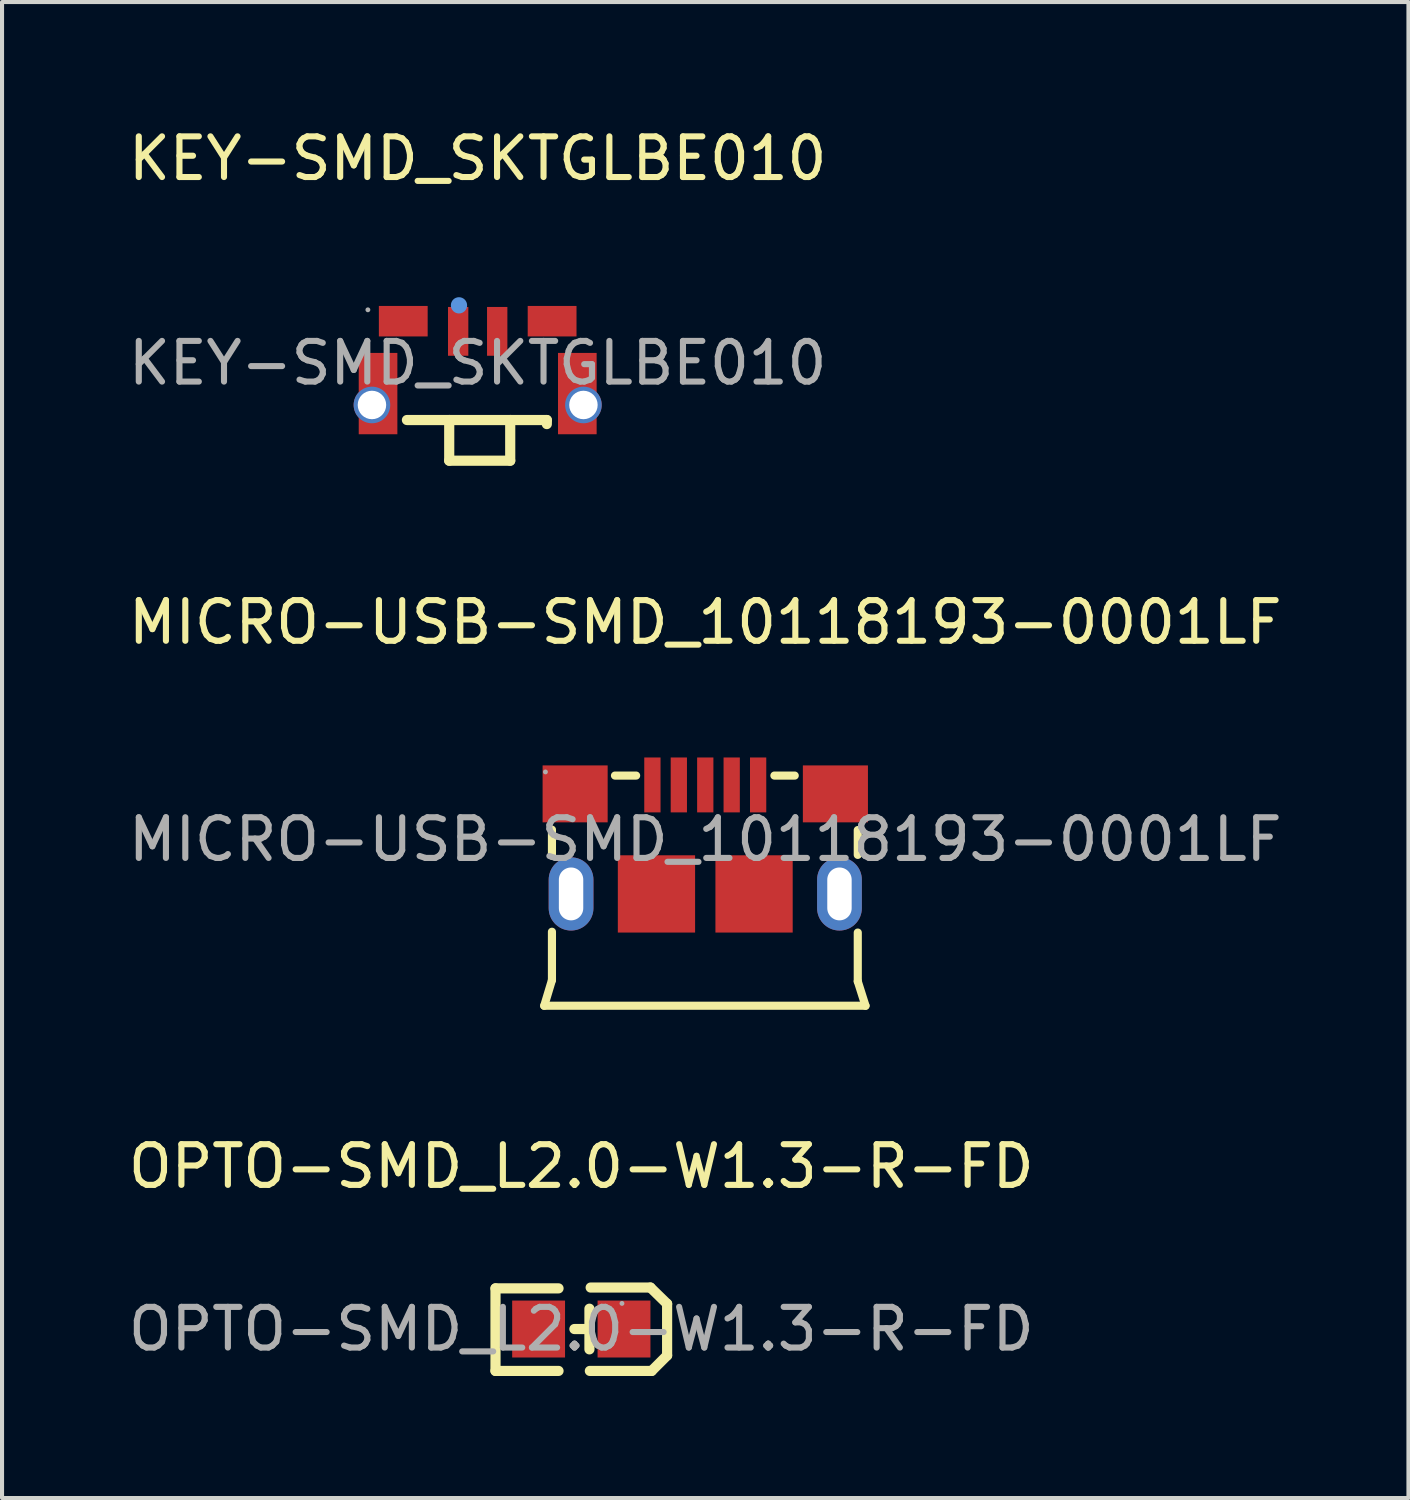
<source format=kicad_pcb>
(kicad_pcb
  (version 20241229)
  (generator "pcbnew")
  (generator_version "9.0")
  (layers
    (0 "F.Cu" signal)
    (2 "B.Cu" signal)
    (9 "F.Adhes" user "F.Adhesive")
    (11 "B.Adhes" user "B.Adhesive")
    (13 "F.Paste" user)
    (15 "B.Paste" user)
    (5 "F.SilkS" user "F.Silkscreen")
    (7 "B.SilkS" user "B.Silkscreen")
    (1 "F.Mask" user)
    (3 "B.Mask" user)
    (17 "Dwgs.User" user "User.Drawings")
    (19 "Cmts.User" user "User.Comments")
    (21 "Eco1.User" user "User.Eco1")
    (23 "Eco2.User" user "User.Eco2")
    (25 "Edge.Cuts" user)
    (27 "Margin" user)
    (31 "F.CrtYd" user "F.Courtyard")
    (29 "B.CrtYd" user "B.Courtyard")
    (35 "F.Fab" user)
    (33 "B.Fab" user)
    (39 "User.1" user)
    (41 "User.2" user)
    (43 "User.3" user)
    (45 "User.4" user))
  (footprint "MICRO-USB-SMD_10118193-0001LF"
    (layer "F.Cu")
    (at 14.292 17.591)
    (property "Reference" "MICRO-USB-SMD_10118193-0001LF" (at 0 -5.34 0) (layer "F.SilkS") (effects (font (size 1 1) (thickness 0.15))))
    (attr smd)
    (fp_line (start -3.96 4.09) (end 3.94 4.09) (stroke (width 0.2) (type solid)) (layer "F.SilkS"))
    (fp_line (start -3.77 -0.24) (end -3.77 0.4) (stroke (width 0.2) (type solid)) (layer "F.SilkS"))
    (fp_line (start -3.77 2.27) (end -3.77 3.46) (stroke (width 0.2) (type solid)) (layer "F.SilkS"))
    (fp_line (start -3.77 3.46) (end -3.96 4.09) (stroke (width 0.2) (type solid)) (layer "F.SilkS"))
    (fp_line (start -2.22 -1.57) (end -1.7 -1.57) (stroke (width 0.2) (type solid)) (layer "F.SilkS"))
    (fp_line (start 1.7 -1.57) (end 2.2 -1.57) (stroke (width 0.2) (type solid)) (layer "F.SilkS"))
    (fp_line (start 3.75 0.38) (end 3.75 -0.23) (stroke (width 0.2) (type solid)) (layer "F.SilkS"))
    (fp_line (start 3.75 3.49) (end 3.75 2.29) (stroke (width 0.2) (type solid)) (layer "F.SilkS"))
    (fp_line (start 3.94 4.09) (end 3.75 3.49) (stroke (width 0.2) (type solid)) (layer "F.SilkS"))
    (fp_circle (center -3.93 -1.66) (end -3.9 -1.66) (stroke (width 0.06) (type solid)) (fill no) (layer "F.Fab"))
    (fp_text user "${REFERENCE}" (at 0 0 0) (layer "F.Fab") (effects (font (size 1 1) (thickness 0.15))))
    (pad "1" smd rect (at -1.3 -1.34) (size 0.4 1.35) (layers "F.Cu" "F.Mask" "F.Paste"))
    (pad "2" smd rect (at -0.65 -1.34) (size 0.4 1.35) (layers "F.Cu" "F.Mask" "F.Paste"))
    (pad "3" smd rect (at 0 -1.34) (size 0.4 1.35) (layers "F.Cu" "F.Mask" "F.Paste"))
    (pad "4" smd rect (at 0.65 -1.34) (size 0.4 1.35) (layers "F.Cu" "F.Mask" "F.Paste"))
    (pad "5" smd rect (at 1.3 -1.34) (size 0.4 1.35) (layers "F.Cu" "F.Mask" "F.Paste"))
    (pad "6" thru_hole oval (at -3.3 1.34) (size 1.1 1.8) (drill oval 0.6 1.3) (layers "*.Cu" "*.Paste" "*.Mask"))
    (pad "6" thru_hole oval (at 3.3 1.34) (size 1.1 1.8) (drill oval 0.6 1.3) (layers "*.Cu" "*.Paste" "*.Mask"))
    (pad "7" smd rect (at -3.2 -1.12 180) (size 1.6 1.4) (layers "F.Cu" "F.Mask" "F.Paste"))
    (pad "7" smd rect (at -1.2 1.34 180) (size 1.9 1.9) (layers "F.Cu" "F.Mask" "F.Paste"))
    (pad "8" smd rect (at 1.2 1.34 180) (size 1.9 1.9) (layers "F.Cu" "F.Mask" "F.Paste"))
    (pad "8" smd rect (at 3.2 -1.12 180) (size 1.6 1.4) (layers "F.Cu" "F.Mask" "F.Paste")))
  (footprint "OPTO-SMD_L2.0-W1.3-R-FD"
    (layer "F.Cu")
    (at 11.244 29.63)
    (property "Reference" "OPTO-SMD_L2.0-W1.3-R-FD" (at 0 -4 0) (layer "F.SilkS") (effects (font (size 1 1) (thickness 0.15))))
    (attr smd)
    (fp_line (start -2.11 -1) (end -2.11 1.03) (stroke (width 0.25) (type solid)) (layer "F.SilkS"))
    (fp_line (start -2.11 1.03) (end -0.56 1.03) (stroke (width 0.25) (type solid)) (layer "F.SilkS"))
    (fp_line (start -0.56 -1) (end -2.11 -1) (stroke (width 0.25) (type solid)) (layer "F.SilkS"))
    (fp_line (start 0.1 0) (end -0.17 0) (stroke (width 0.25) (type solid)) (layer "F.SilkS"))
    (fp_line (start 0.2 -0.5) (end 0.2 0.5) (stroke (width 0.25) (type solid)) (layer "F.SilkS"))
    (fp_line (start 0.23 -1.02) (end 1.7 -1.02) (stroke (width 0.25) (type solid)) (layer "F.SilkS"))
    (fp_line (start 1.7 -1.02) (end 2.11 -0.62) (stroke (width 0.25) (type solid)) (layer "F.SilkS"))
    (fp_line (start 1.73 1.03) (end 0.21 1.03) (stroke (width 0.25) (type solid)) (layer "F.SilkS"))
    (fp_line (start 2.11 -0.62) (end 2.11 0.65) (stroke (width 0.25) (type solid)) (layer "F.SilkS"))
    (fp_line (start 2.11 0.65) (end 1.73 1.03) (stroke (width 0.25) (type solid)) (layer "F.SilkS"))
    (fp_circle (center 1 -0.63) (end 1.03 -0.63) (stroke (width 0.06) (type solid)) (fill no) (layer "F.Fab"))
    (fp_text user "${REFERENCE}" (at 0 0 0) (layer "F.Fab") (effects (font (size 1 1) (thickness 0.15))))
    (pad "1" smd rect (at 1.05 0 180) (size 1.3 1.4) (layers "F.Cu" "F.Mask" "F.Paste"))
    (pad "2" smd rect (at -1.05 0 180) (size 1.3 1.4) (layers "F.Cu" "F.Mask" "F.Paste")))
  (footprint "KEY-SMD_SKTGLBE010"
    (layer "F.Cu")
    (at 8.696 5.878)
    (property "Reference" "KEY-SMD_SKTGLBE010" (at 0 -5.03 0) (layer "F.SilkS") (effects (font (size 1 1) (thickness 0.15))))
    (attr smd)
    (fp_line (start -1.74 1.4) (end -0.7 1.4) (stroke (width 0.25) (type solid)) (layer "F.SilkS"))
    (fp_line (start -0.7 1.4) (end -0.7 2.4) (stroke (width 0.25) (type solid)) (layer "F.SilkS"))
    (fp_line (start -0.7 1.4) (end 0.8 1.4) (stroke (width 0.25) (type solid)) (layer "F.SilkS"))
    (fp_line (start -0.7 2.4) (end 0.8 2.4) (stroke (width 0.25) (type solid)) (layer "F.SilkS"))
    (fp_line (start 0.8 1.4) (end 1.7 1.4) (stroke (width 0.25) (type solid)) (layer "F.SilkS"))
    (fp_line (start 0.8 2.4) (end 0.8 1.4) (stroke (width 0.25) (type solid)) (layer "F.SilkS"))
    (fp_line (start 1.7 1.4) (end 1.7 1.5) (stroke (width 0.25) (type solid)) (layer "F.SilkS"))
    (fp_circle (center -0.46 -1.42) (end -0.36 -1.42) (stroke (width 0.2) (type solid)) (fill no) (layer "Cmts.User"))
    (fp_circle (center -2.7 -1.31) (end -2.67 -1.31) (stroke (width 0.06) (type solid)) (fill no) (layer "F.Fab"))
    (fp_text user "${REFERENCE}" (at 0 0 0) (layer "F.Fab") (effects (font (size 1 1) (thickness 0.15))))
    (pad "1" smd rect (at -0.48 -0.78 90) (size 1.2 0.5) (layers "F.Cu" "F.Mask" "F.Paste"))
    (pad "2" smd rect (at 0.48 -0.78 90) (size 1.2 0.5) (layers "F.Cu" "F.Mask" "F.Paste"))
    (pad "3" smd rect (at 1.83 -1.03 180) (size 1.2 0.75) (layers "F.Cu" "F.Mask" "F.Paste"))
    (pad "4" smd rect (at -1.83 -1.03 180) (size 1.2 0.75) (layers "F.Cu" "F.Mask" "F.Paste"))
    (pad "5" thru_hole circle (at -2.6 1.03 180) (size 0.9 0.9) (drill 0.7) (layers "*.Cu" "*.Paste" "*.Mask"))
    (pad "5" smd rect (at -2.45 0.75 270) (size 2 0.95) (layers "F.Cu" "F.Mask" "F.Paste"))
    (pad "6" smd rect (at 2.45 0.75 270) (size 2 0.95) (layers "F.Cu" "F.Mask" "F.Paste"))
    (pad "6" thru_hole circle (at 2.6 1.03 180) (size 0.9 0.9) (drill 0.7) (layers "*.Cu" "*.Paste" "*.Mask")))
  (gr_rect
    (start -3 -3)
    (end 31.583 33.785)
    (stroke (width 0.1) (type default))
    (fill no)
    (layer "Edge.Cuts")))
</source>
